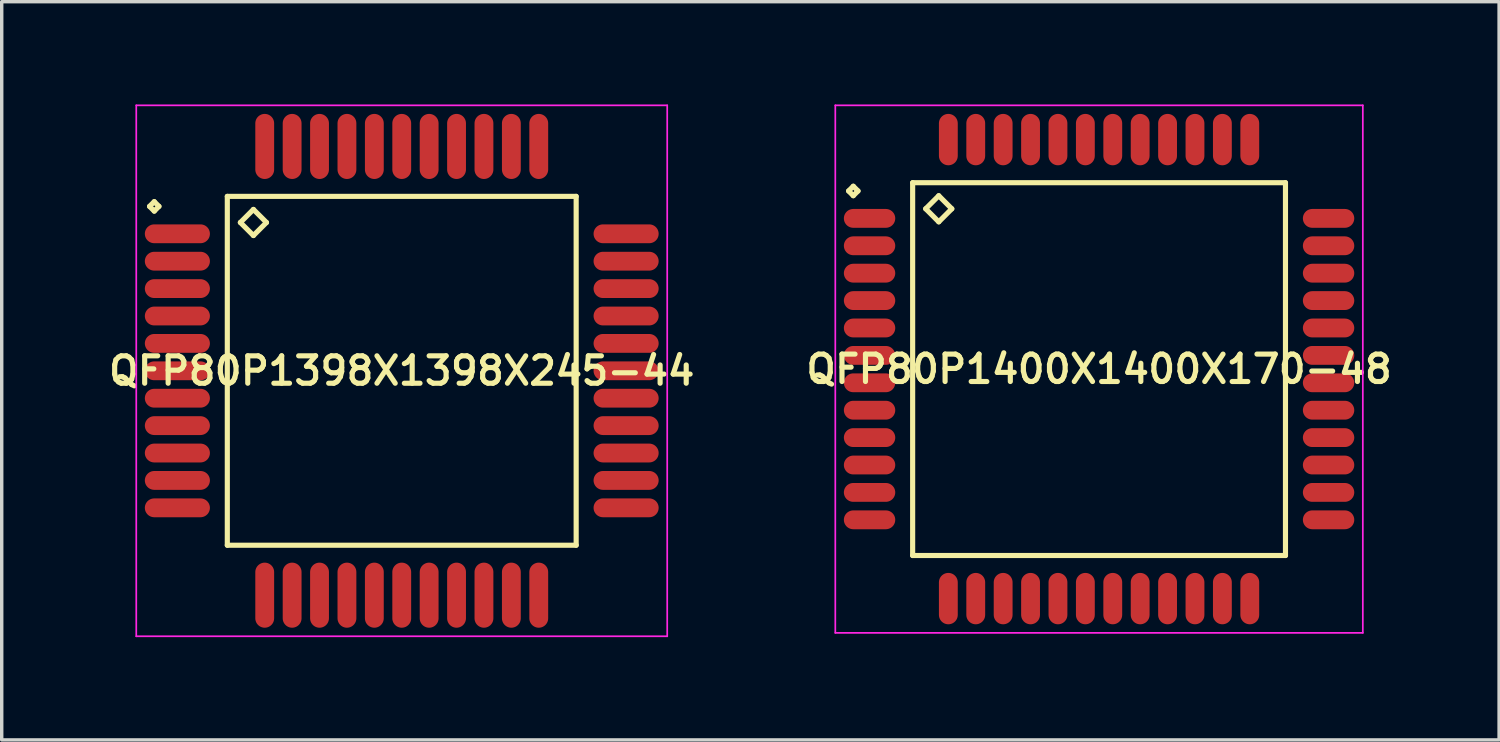
<source format=kicad_pcb>
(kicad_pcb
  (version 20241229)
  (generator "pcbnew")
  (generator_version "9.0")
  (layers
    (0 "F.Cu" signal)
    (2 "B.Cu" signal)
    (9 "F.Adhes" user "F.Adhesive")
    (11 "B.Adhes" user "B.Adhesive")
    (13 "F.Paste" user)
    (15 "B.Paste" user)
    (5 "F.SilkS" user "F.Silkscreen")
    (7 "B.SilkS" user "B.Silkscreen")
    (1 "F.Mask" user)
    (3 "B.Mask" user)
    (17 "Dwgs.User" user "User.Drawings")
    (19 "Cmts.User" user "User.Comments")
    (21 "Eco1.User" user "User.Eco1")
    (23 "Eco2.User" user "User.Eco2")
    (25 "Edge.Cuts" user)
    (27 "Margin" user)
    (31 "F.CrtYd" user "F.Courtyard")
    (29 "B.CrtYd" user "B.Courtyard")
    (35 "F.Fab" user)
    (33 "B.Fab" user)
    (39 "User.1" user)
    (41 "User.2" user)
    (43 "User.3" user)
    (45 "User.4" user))
  (footprint "QFP80P1398X1398X245-44"
    (layer "F.Cu")
    (at 8.678 7.775)
    (property "Reference" "QFP80P1398X1398X245-44" (at 0 0 0) (layer "F.SilkS") (effects (font (size 0.8 0.8) (thickness 0.15))))
    (attr smd)
    (fp_line (start -7.362 -4.8) (end -7.225 -4.938) (stroke (width 0.15) (type solid)) (layer "F.SilkS"))
    (fp_line (start -7.225 -4.938) (end -7.088 -4.8) (stroke (width 0.15) (type solid)) (layer "F.SilkS"))
    (fp_line (start -7.225 -4.662) (end -7.362 -4.8) (stroke (width 0.15) (type solid)) (layer "F.SilkS"))
    (fp_line (start -7.088 -4.8) (end -7.225 -4.662) (stroke (width 0.15) (type solid)) (layer "F.SilkS"))
    (fp_line (start -5.092 -5.092) (end -5.092 5.092) (stroke (width 0.15) (type solid)) (layer "F.SilkS"))
    (fp_line (start -5.092 5.092) (end 5.092 5.092) (stroke (width 0.15) (type solid)) (layer "F.SilkS"))
    (fp_line (start -4.711 -4.33) (end -4.33 -4.711) (stroke (width 0.15) (type solid)) (layer "F.SilkS"))
    (fp_line (start -4.33 -4.711) (end -3.949 -4.33) (stroke (width 0.15) (type solid)) (layer "F.SilkS"))
    (fp_line (start -4.33 -3.949) (end -4.711 -4.33) (stroke (width 0.15) (type solid)) (layer "F.SilkS"))
    (fp_line (start -3.949 -4.33) (end -4.33 -3.949) (stroke (width 0.15) (type solid)) (layer "F.SilkS"))
    (fp_line (start 5.092 -5.092) (end -5.092 -5.092) (stroke (width 0.15) (type solid)) (layer "F.SilkS"))
    (fp_line (start 5.092 5.092) (end 5.092 -5.092) (stroke (width 0.15) (type solid)) (layer "F.SilkS"))
    (fp_line (start -7.75 -7.75) (end 7.75 -7.75) (stroke (width 0.05) (type solid)) (layer "F.CrtYd"))
    (fp_line (start -7.75 7.75) (end -7.75 -7.75) (stroke (width 0.05) (type solid)) (layer "F.CrtYd"))
    (fp_line (start 7.75 -7.75) (end 7.75 7.75) (stroke (width 0.05) (type solid)) (layer "F.CrtYd"))
    (fp_line (start 7.75 7.75) (end -7.75 7.75) (stroke (width 0.05) (type solid)) (layer "F.CrtYd"))
    (pad "1" smd oval (at -6.55 -4) (size 1.9 0.55) (layers "F.Cu" "F.Mask" "F.Paste"))
    (pad "2" smd oval (at -6.55 -3.2) (size 1.9 0.55) (layers "F.Cu" "F.Mask" "F.Paste"))
    (pad "3" smd oval (at -6.55 -2.4) (size 1.9 0.55) (layers "F.Cu" "F.Mask" "F.Paste"))
    (pad "4" smd oval (at -6.55 -1.6) (size 1.9 0.55) (layers "F.Cu" "F.Mask" "F.Paste"))
    (pad "5" smd oval (at -6.55 -0.8) (size 1.9 0.55) (layers "F.Cu" "F.Mask" "F.Paste"))
    (pad "6" smd oval (at -6.55 0) (size 1.9 0.55) (layers "F.Cu" "F.Mask" "F.Paste"))
    (pad "7" smd oval (at -6.55 0.8) (size 1.9 0.55) (layers "F.Cu" "F.Mask" "F.Paste"))
    (pad "8" smd oval (at -6.55 1.6) (size 1.9 0.55) (layers "F.Cu" "F.Mask" "F.Paste"))
    (pad "9" smd oval (at -6.55 2.4) (size 1.9 0.55) (layers "F.Cu" "F.Mask" "F.Paste"))
    (pad "10" smd oval (at -6.55 3.2) (size 1.9 0.55) (layers "F.Cu" "F.Mask" "F.Paste"))
    (pad "11" smd oval (at -6.55 4) (size 1.9 0.55) (layers "F.Cu" "F.Mask" "F.Paste"))
    (pad "12" smd oval (at -4 6.55) (size 0.55 1.9) (layers "F.Cu" "F.Mask" "F.Paste"))
    (pad "13" smd oval (at -3.2 6.55) (size 0.55 1.9) (layers "F.Cu" "F.Mask" "F.Paste"))
    (pad "14" smd oval (at -2.4 6.55) (size 0.55 1.9) (layers "F.Cu" "F.Mask" "F.Paste"))
    (pad "15" smd oval (at -1.6 6.55) (size 0.55 1.9) (layers "F.Cu" "F.Mask" "F.Paste"))
    (pad "16" smd oval (at -0.8 6.55) (size 0.55 1.9) (layers "F.Cu" "F.Mask" "F.Paste"))
    (pad "17" smd oval (at 0 6.55) (size 0.55 1.9) (layers "F.Cu" "F.Mask" "F.Paste"))
    (pad "18" smd oval (at 0.8 6.55) (size 0.55 1.9) (layers "F.Cu" "F.Mask" "F.Paste"))
    (pad "19" smd oval (at 1.6 6.55) (size 0.55 1.9) (layers "F.Cu" "F.Mask" "F.Paste"))
    (pad "20" smd oval (at 2.4 6.55) (size 0.55 1.9) (layers "F.Cu" "F.Mask" "F.Paste"))
    (pad "21" smd oval (at 3.2 6.55) (size 0.55 1.9) (layers "F.Cu" "F.Mask" "F.Paste"))
    (pad "22" smd oval (at 4 6.55) (size 0.55 1.9) (layers "F.Cu" "F.Mask" "F.Paste"))
    (pad "23" smd oval (at 6.55 4) (size 1.9 0.55) (layers "F.Cu" "F.Mask" "F.Paste"))
    (pad "24" smd oval (at 6.55 3.2) (size 1.9 0.55) (layers "F.Cu" "F.Mask" "F.Paste"))
    (pad "25" smd oval (at 6.55 2.4) (size 1.9 0.55) (layers "F.Cu" "F.Mask" "F.Paste"))
    (pad "26" smd oval (at 6.55 1.6) (size 1.9 0.55) (layers "F.Cu" "F.Mask" "F.Paste"))
    (pad "27" smd oval (at 6.55 0.8) (size 1.9 0.55) (layers "F.Cu" "F.Mask" "F.Paste"))
    (pad "28" smd oval (at 6.55 0) (size 1.9 0.55) (layers "F.Cu" "F.Mask" "F.Paste"))
    (pad "29" smd oval (at 6.55 -0.8) (size 1.9 0.55) (layers "F.Cu" "F.Mask" "F.Paste"))
    (pad "30" smd oval (at 6.55 -1.6) (size 1.9 0.55) (layers "F.Cu" "F.Mask" "F.Paste"))
    (pad "31" smd oval (at 6.55 -2.4) (size 1.9 0.55) (layers "F.Cu" "F.Mask" "F.Paste"))
    (pad "32" smd oval (at 6.55 -3.2) (size 1.9 0.55) (layers "F.Cu" "F.Mask" "F.Paste"))
    (pad "33" smd oval (at 6.55 -4) (size 1.9 0.55) (layers "F.Cu" "F.Mask" "F.Paste"))
    (pad "34" smd oval (at 4 -6.55) (size 0.55 1.9) (layers "F.Cu" "F.Mask" "F.Paste"))
    (pad "35" smd oval (at 3.2 -6.55) (size 0.55 1.9) (layers "F.Cu" "F.Mask" "F.Paste"))
    (pad "36" smd oval (at 2.4 -6.55) (size 0.55 1.9) (layers "F.Cu" "F.Mask" "F.Paste"))
    (pad "37" smd oval (at 1.6 -6.55) (size 0.55 1.9) (layers "F.Cu" "F.Mask" "F.Paste"))
    (pad "38" smd oval (at 0.8 -6.55) (size 0.55 1.9) (layers "F.Cu" "F.Mask" "F.Paste"))
    (pad "39" smd oval (at 0 -6.55) (size 0.55 1.9) (layers "F.Cu" "F.Mask" "F.Paste"))
    (pad "40" smd oval (at -0.8 -6.55) (size 0.55 1.9) (layers "F.Cu" "F.Mask" "F.Paste"))
    (pad "41" smd oval (at -1.6 -6.55) (size 0.55 1.9) (layers "F.Cu" "F.Mask" "F.Paste"))
    (pad "42" smd oval (at -2.4 -6.55) (size 0.55 1.9) (layers "F.Cu" "F.Mask" "F.Paste"))
    (pad "43" smd oval (at -3.2 -6.55) (size 0.55 1.9) (layers "F.Cu" "F.Mask" "F.Paste"))
    (pad "44" smd oval (at -4 -6.55) (size 0.55 1.9) (layers "F.Cu" "F.Mask" "F.Paste")))
  (footprint "QFP80P1400X1400X170-48"
    (layer "F.Cu")
    (at 29.035 7.725)
    (property "Reference" "QFP80P1400X1400X170-48" (at 0 0 0) (layer "F.SilkS") (effects (font (size 0.8 0.8) (thickness 0.15))))
    (attr smd)
    (fp_line (start -7.312 -5.2) (end -7.175 -5.338) (stroke (width 0.15) (type solid)) (layer "F.SilkS"))
    (fp_line (start -7.175 -5.338) (end -7.037 -5.2) (stroke (width 0.15) (type solid)) (layer "F.SilkS"))
    (fp_line (start -7.175 -5.062) (end -7.312 -5.2) (stroke (width 0.15) (type solid)) (layer "F.SilkS"))
    (fp_line (start -7.037 -5.2) (end -7.175 -5.062) (stroke (width 0.15) (type solid)) (layer "F.SilkS"))
    (fp_line (start -5.442 -5.442) (end -5.442 5.442) (stroke (width 0.15) (type solid)) (layer "F.SilkS"))
    (fp_line (start -5.442 5.442) (end 5.442 5.442) (stroke (width 0.15) (type solid)) (layer "F.SilkS"))
    (fp_line (start -5.061 -4.68) (end -4.68 -5.061) (stroke (width 0.15) (type solid)) (layer "F.SilkS"))
    (fp_line (start -4.68 -5.061) (end -4.299 -4.68) (stroke (width 0.15) (type solid)) (layer "F.SilkS"))
    (fp_line (start -4.68 -4.299) (end -5.061 -4.68) (stroke (width 0.15) (type solid)) (layer "F.SilkS"))
    (fp_line (start -4.299 -4.68) (end -4.68 -4.299) (stroke (width 0.15) (type solid)) (layer "F.SilkS"))
    (fp_line (start 5.442 -5.442) (end -5.442 -5.442) (stroke (width 0.15) (type solid)) (layer "F.SilkS"))
    (fp_line (start 5.442 5.442) (end 5.442 -5.442) (stroke (width 0.15) (type solid)) (layer "F.SilkS"))
    (fp_line (start -7.7 -7.7) (end 7.7 -7.7) (stroke (width 0.05) (type solid)) (layer "F.CrtYd"))
    (fp_line (start -7.7 7.7) (end -7.7 -7.7) (stroke (width 0.05) (type solid)) (layer "F.CrtYd"))
    (fp_line (start 7.7 -7.7) (end 7.7 7.7) (stroke (width 0.05) (type solid)) (layer "F.CrtYd"))
    (fp_line (start 7.7 7.7) (end -7.7 7.7) (stroke (width 0.05) (type solid)) (layer "F.CrtYd"))
    (pad "1" smd oval (at -6.7 -4.4) (size 1.5 0.55) (layers "F.Cu" "F.Mask" "F.Paste"))
    (pad "2" smd oval (at -6.7 -3.6) (size 1.5 0.55) (layers "F.Cu" "F.Mask" "F.Paste"))
    (pad "3" smd oval (at -6.7 -2.8) (size 1.5 0.55) (layers "F.Cu" "F.Mask" "F.Paste"))
    (pad "4" smd oval (at -6.7 -2) (size 1.5 0.55) (layers "F.Cu" "F.Mask" "F.Paste"))
    (pad "5" smd oval (at -6.7 -1.2) (size 1.5 0.55) (layers "F.Cu" "F.Mask" "F.Paste"))
    (pad "6" smd oval (at -6.7 -0.4) (size 1.5 0.55) (layers "F.Cu" "F.Mask" "F.Paste"))
    (pad "7" smd oval (at -6.7 0.4) (size 1.5 0.55) (layers "F.Cu" "F.Mask" "F.Paste"))
    (pad "8" smd oval (at -6.7 1.2) (size 1.5 0.55) (layers "F.Cu" "F.Mask" "F.Paste"))
    (pad "9" smd oval (at -6.7 2) (size 1.5 0.55) (layers "F.Cu" "F.Mask" "F.Paste"))
    (pad "10" smd oval (at -6.7 2.8) (size 1.5 0.55) (layers "F.Cu" "F.Mask" "F.Paste"))
    (pad "11" smd oval (at -6.7 3.6) (size 1.5 0.55) (layers "F.Cu" "F.Mask" "F.Paste"))
    (pad "12" smd oval (at -6.7 4.4) (size 1.5 0.55) (layers "F.Cu" "F.Mask" "F.Paste"))
    (pad "13" smd oval (at -4.4 6.7) (size 0.55 1.5) (layers "F.Cu" "F.Mask" "F.Paste"))
    (pad "14" smd oval (at -3.6 6.7) (size 0.55 1.5) (layers "F.Cu" "F.Mask" "F.Paste"))
    (pad "15" smd oval (at -2.8 6.7) (size 0.55 1.5) (layers "F.Cu" "F.Mask" "F.Paste"))
    (pad "16" smd oval (at -2 6.7) (size 0.55 1.5) (layers "F.Cu" "F.Mask" "F.Paste"))
    (pad "17" smd oval (at -1.2 6.7) (size 0.55 1.5) (layers "F.Cu" "F.Mask" "F.Paste"))
    (pad "18" smd oval (at -0.4 6.7) (size 0.55 1.5) (layers "F.Cu" "F.Mask" "F.Paste"))
    (pad "19" smd oval (at 0.4 6.7) (size 0.55 1.5) (layers "F.Cu" "F.Mask" "F.Paste"))
    (pad "20" smd oval (at 1.2 6.7) (size 0.55 1.5) (layers "F.Cu" "F.Mask" "F.Paste"))
    (pad "21" smd oval (at 2 6.7) (size 0.55 1.5) (layers "F.Cu" "F.Mask" "F.Paste"))
    (pad "22" smd oval (at 2.8 6.7) (size 0.55 1.5) (layers "F.Cu" "F.Mask" "F.Paste"))
    (pad "23" smd oval (at 3.6 6.7) (size 0.55 1.5) (layers "F.Cu" "F.Mask" "F.Paste"))
    (pad "24" smd oval (at 4.4 6.7) (size 0.55 1.5) (layers "F.Cu" "F.Mask" "F.Paste"))
    (pad "25" smd oval (at 6.7 4.4) (size 1.5 0.55) (layers "F.Cu" "F.Mask" "F.Paste"))
    (pad "26" smd oval (at 6.7 3.6) (size 1.5 0.55) (layers "F.Cu" "F.Mask" "F.Paste"))
    (pad "27" smd oval (at 6.7 2.8) (size 1.5 0.55) (layers "F.Cu" "F.Mask" "F.Paste"))
    (pad "28" smd oval (at 6.7 2) (size 1.5 0.55) (layers "F.Cu" "F.Mask" "F.Paste"))
    (pad "29" smd oval (at 6.7 1.2) (size 1.5 0.55) (layers "F.Cu" "F.Mask" "F.Paste"))
    (pad "30" smd oval (at 6.7 0.4) (size 1.5 0.55) (layers "F.Cu" "F.Mask" "F.Paste"))
    (pad "31" smd oval (at 6.7 -0.4) (size 1.5 0.55) (layers "F.Cu" "F.Mask" "F.Paste"))
    (pad "32" smd oval (at 6.7 -1.2) (size 1.5 0.55) (layers "F.Cu" "F.Mask" "F.Paste"))
    (pad "33" smd oval (at 6.7 -2) (size 1.5 0.55) (layers "F.Cu" "F.Mask" "F.Paste"))
    (pad "34" smd oval (at 6.7 -2.8) (size 1.5 0.55) (layers "F.Cu" "F.Mask" "F.Paste"))
    (pad "35" smd oval (at 6.7 -3.6) (size 1.5 0.55) (layers "F.Cu" "F.Mask" "F.Paste"))
    (pad "36" smd oval (at 6.7 -4.4) (size 1.5 0.55) (layers "F.Cu" "F.Mask" "F.Paste"))
    (pad "37" smd oval (at 4.4 -6.7) (size 0.55 1.5) (layers "F.Cu" "F.Mask" "F.Paste"))
    (pad "38" smd oval (at 3.6 -6.7) (size 0.55 1.5) (layers "F.Cu" "F.Mask" "F.Paste"))
    (pad "39" smd oval (at 2.8 -6.7) (size 0.55 1.5) (layers "F.Cu" "F.Mask" "F.Paste"))
    (pad "40" smd oval (at 2 -6.7) (size 0.55 1.5) (layers "F.Cu" "F.Mask" "F.Paste"))
    (pad "41" smd oval (at 1.2 -6.7) (size 0.55 1.5) (layers "F.Cu" "F.Mask" "F.Paste"))
    (pad "42" smd oval (at 0.4 -6.7) (size 0.55 1.5) (layers "F.Cu" "F.Mask" "F.Paste"))
    (pad "43" smd oval (at -0.4 -6.7) (size 0.55 1.5) (layers "F.Cu" "F.Mask" "F.Paste"))
    (pad "44" smd oval (at -1.2 -6.7) (size 0.55 1.5) (layers "F.Cu" "F.Mask" "F.Paste"))
    (pad "45" smd oval (at -2 -6.7) (size 0.55 1.5) (layers "F.Cu" "F.Mask" "F.Paste"))
    (pad "46" smd oval (at -2.8 -6.7) (size 0.55 1.5) (layers "F.Cu" "F.Mask" "F.Paste"))
    (pad "47" smd oval (at -3.6 -6.7) (size 0.55 1.5) (layers "F.Cu" "F.Mask" "F.Paste"))
    (pad "48" smd oval (at -4.4 -6.7) (size 0.55 1.5) (layers "F.Cu" "F.Mask" "F.Paste")))
  (gr_rect
    (start -3 -3)
    (end 40.713 18.55)
    (stroke (width 0.1) (type default))
    (fill no)
    (layer "Edge.Cuts")))
</source>
